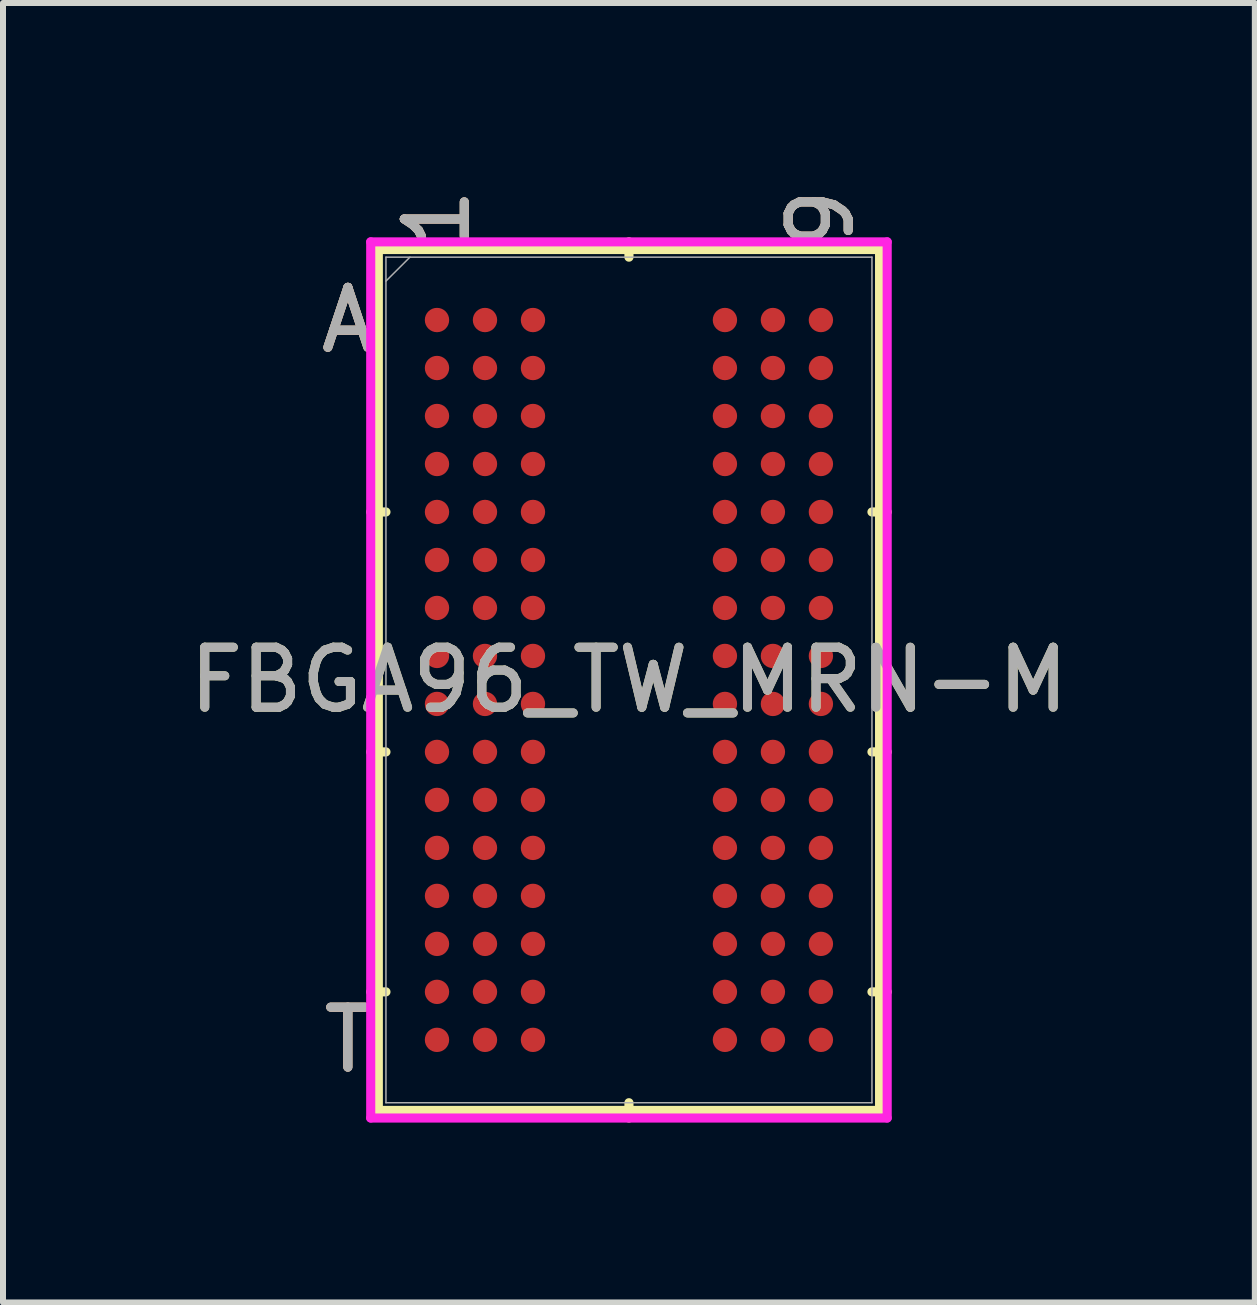
<source format=kicad_pcb>
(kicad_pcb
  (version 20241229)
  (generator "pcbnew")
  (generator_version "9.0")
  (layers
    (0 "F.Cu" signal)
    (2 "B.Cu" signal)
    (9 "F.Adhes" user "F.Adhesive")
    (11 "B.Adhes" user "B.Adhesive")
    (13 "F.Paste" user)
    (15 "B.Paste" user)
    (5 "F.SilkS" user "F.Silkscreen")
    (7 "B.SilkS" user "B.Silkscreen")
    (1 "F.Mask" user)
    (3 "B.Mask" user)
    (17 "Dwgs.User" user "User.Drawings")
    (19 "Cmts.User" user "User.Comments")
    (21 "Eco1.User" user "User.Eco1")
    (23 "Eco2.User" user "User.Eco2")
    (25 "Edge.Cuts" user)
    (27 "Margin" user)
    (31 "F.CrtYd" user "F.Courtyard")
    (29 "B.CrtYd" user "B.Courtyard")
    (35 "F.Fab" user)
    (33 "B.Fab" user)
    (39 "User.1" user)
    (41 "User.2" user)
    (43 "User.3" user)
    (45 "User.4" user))
  (footprint "FBGA96_TW_MRN-M"
    (layer "F.Cu")
    (at 7.435 8.285)
    (property "Reference" "FBGA96_TW_MRN-M" (at 0 0 0) (unlocked yes) (layer "F.SilkS") (effects (font (size 1 1) (thickness 0.15))))
    (attr smd)
    (fp_line (start -4.178 -7.176) (end -4.178 7.176) (stroke (width 0.152) (type solid)) (layer "F.SilkS"))
    (fp_line (start -4.178 7.176) (end 4.178 7.176) (stroke (width 0.152) (type solid)) (layer "F.SilkS"))
    (fp_line (start -4.051 -2.8) (end -4.305 -2.8) (stroke (width 0.152) (type solid)) (layer "F.SilkS"))
    (fp_line (start -4.051 1.2) (end -4.305 1.2) (stroke (width 0.152) (type solid)) (layer "F.SilkS"))
    (fp_line (start -4.051 5.2) (end -4.305 5.2) (stroke (width 0.152) (type solid)) (layer "F.SilkS"))
    (fp_line (start 0 -7.048) (end 0 -7.303) (stroke (width 0.152) (type solid)) (layer "F.SilkS"))
    (fp_line (start 0 7.048) (end 0 7.303) (stroke (width 0.152) (type solid)) (layer "F.SilkS"))
    (fp_line (start 4.051 -2.8) (end 4.305 -2.8) (stroke (width 0.152) (type solid)) (layer "F.SilkS"))
    (fp_line (start 4.051 1.2) (end 4.305 1.2) (stroke (width 0.152) (type solid)) (layer "F.SilkS"))
    (fp_line (start 4.051 5.2) (end 4.305 5.2) (stroke (width 0.152) (type solid)) (layer "F.SilkS"))
    (fp_line (start 4.178 -7.176) (end -4.178 -7.176) (stroke (width 0.152) (type solid)) (layer "F.SilkS"))
    (fp_line (start 4.178 7.176) (end 4.178 -7.176) (stroke (width 0.152) (type solid)) (layer "F.SilkS"))
    (fp_poly (pts (xy -4.045 -6.844) (xy 4.045 -6.844) (xy 4.045 6.844) (xy -4.045 6.844)) (stroke (width 0.1) (type solid)) (fill no) (layer "Eco2.User"))
    (fp_line (start -4.305 -7.303) (end 4.305 -7.303) (stroke (width 0.152) (type solid)) (layer "F.CrtYd"))
    (fp_line (start -4.305 7.303) (end -4.305 -7.303) (stroke (width 0.152) (type solid)) (layer "F.CrtYd"))
    (fp_line (start 4.305 -7.303) (end 4.305 7.303) (stroke (width 0.152) (type solid)) (layer "F.CrtYd"))
    (fp_line (start 4.305 7.303) (end -4.305 7.303) (stroke (width 0.152) (type solid)) (layer "F.CrtYd"))
    (fp_line (start -4.051 -7.048) (end -4.051 7.048) (stroke (width 0.025) (type solid)) (layer "F.Fab"))
    (fp_line (start -4.051 7.048) (end 4.051 7.048) (stroke (width 0.025) (type solid)) (layer "F.Fab"))
    (fp_line (start -3.651 -7.048) (end -4.051 -6.649) (stroke (width 0.025) (type solid)) (layer "F.Fab"))
    (fp_line (start 4.051 -7.048) (end -4.051 -7.048) (stroke (width 0.025) (type solid)) (layer "F.Fab"))
    (fp_line (start 4.051 7.048) (end 4.051 -7.048) (stroke (width 0.025) (type solid)) (layer "F.Fab"))
    (fp_text user "T" (at -4.686 6 0) (unlocked yes) (layer "F.SilkS") (effects (font (size 1 1) (thickness 0.15))))
    (fp_text user "1" (at -3.2 -7.684 90) (unlocked yes) (layer "F.SilkS") (effects (font (size 1 1) (thickness 0.15))))
    (fp_text user "A" (at -4.686 -6 0) (unlocked yes) (layer "F.SilkS") (effects (font (size 1 1) (thickness 0.15))))
    (fp_text user "9" (at 3.2 -7.684 90) (unlocked yes) (layer "F.SilkS") (effects (font (size 1 1) (thickness 0.15))))
    (fp_text user "9" (at 3.2 -7.684 90) (unlocked yes) (layer "B.SilkS") (effects (font (size 1 1) (thickness 0.15))))
    (fp_text user "1" (at -3.2 -7.684 90) (unlocked yes) (layer "B.SilkS") (effects (font (size 1 1) (thickness 0.15))))
    (fp_text user "T" (at -4.686 6 0) (unlocked yes) (layer "B.SilkS") (effects (font (size 1 1) (thickness 0.15))))
    (fp_text user "A" (at -4.686 -6 0) (unlocked yes) (layer "B.SilkS") (effects (font (size 1 1) (thickness 0.15))))
    (fp_text user "1" (at -3.2 -7.684 90) (unlocked yes) (layer "F.Fab") (effects (font (size 1 1) (thickness 0.15))))
    (fp_text user "9" (at 3.2 -7.684 90) (unlocked yes) (layer "F.Fab") (effects (font (size 1 1) (thickness 0.15))))
    (fp_text user "${REFERENCE}" (at 0 0 0) (unlocked yes) (layer "F.Fab") (effects (font (size 1 1) (thickness 0.15))))
    (fp_text user "T" (at -4.686 6 0) (unlocked yes) (layer "F.Fab") (effects (font (size 1 1) (thickness 0.15))))
    (fp_text user "A" (at -4.686 -6 0) (unlocked yes) (layer "F.Fab") (effects (font (size 1 1) (thickness 0.15))))
    (pad "A1" smd circle (at -3.2 -6) (size 0.406 0.406) (layers "F.Cu" "F.Mask" "F.Paste"))
    (pad "A2" smd circle (at -2.4 -6) (size 0.406 0.406) (layers "F.Cu" "F.Mask" "F.Paste"))
    (pad "A3" smd circle (at -1.6 -6) (size 0.406 0.406) (layers "F.Cu" "F.Mask" "F.Paste"))
    (pad "A7" smd circle (at 1.6 -6) (size 0.406 0.406) (layers "F.Cu" "F.Mask" "F.Paste"))
    (pad "A8" smd circle (at 2.4 -6) (size 0.406 0.406) (layers "F.Cu" "F.Mask" "F.Paste"))
    (pad "A9" smd circle (at 3.2 -6) (size 0.406 0.406) (layers "F.Cu" "F.Mask" "F.Paste"))
    (pad "B1" smd circle (at -3.2 -5.2) (size 0.406 0.406) (layers "F.Cu" "F.Mask" "F.Paste"))
    (pad "B2" smd circle (at -2.4 -5.2) (size 0.406 0.406) (layers "F.Cu" "F.Mask" "F.Paste"))
    (pad "B3" smd circle (at -1.6 -5.2) (size 0.406 0.406) (layers "F.Cu" "F.Mask" "F.Paste"))
    (pad "B7" smd circle (at 1.6 -5.2) (size 0.406 0.406) (layers "F.Cu" "F.Mask" "F.Paste"))
    (pad "B8" smd circle (at 2.4 -5.2) (size 0.406 0.406) (layers "F.Cu" "F.Mask" "F.Paste"))
    (pad "B9" smd circle (at 3.2 -5.2) (size 0.406 0.406) (layers "F.Cu" "F.Mask" "F.Paste"))
    (pad "C1" smd circle (at -3.2 -4.4) (size 0.406 0.406) (layers "F.Cu" "F.Mask" "F.Paste"))
    (pad "C2" smd circle (at -2.4 -4.4) (size 0.406 0.406) (layers "F.Cu" "F.Mask" "F.Paste"))
    (pad "C3" smd circle (at -1.6 -4.4) (size 0.406 0.406) (layers "F.Cu" "F.Mask" "F.Paste"))
    (pad "C7" smd circle (at 1.6 -4.4) (size 0.406 0.406) (layers "F.Cu" "F.Mask" "F.Paste"))
    (pad "C8" smd circle (at 2.4 -4.4) (size 0.406 0.406) (layers "F.Cu" "F.Mask" "F.Paste"))
    (pad "C9" smd circle (at 3.2 -4.4) (size 0.406 0.406) (layers "F.Cu" "F.Mask" "F.Paste"))
    (pad "D1" smd circle (at -3.2 -3.6) (size 0.406 0.406) (layers "F.Cu" "F.Mask" "F.Paste"))
    (pad "D2" smd circle (at -2.4 -3.6) (size 0.406 0.406) (layers "F.Cu" "F.Mask" "F.Paste"))
    (pad "D3" smd circle (at -1.6 -3.6) (size 0.406 0.406) (layers "F.Cu" "F.Mask" "F.Paste"))
    (pad "D7" smd circle (at 1.6 -3.6) (size 0.406 0.406) (layers "F.Cu" "F.Mask" "F.Paste"))
    (pad "D8" smd circle (at 2.4 -3.6) (size 0.406 0.406) (layers "F.Cu" "F.Mask" "F.Paste"))
    (pad "D9" smd circle (at 3.2 -3.6) (size 0.406 0.406) (layers "F.Cu" "F.Mask" "F.Paste"))
    (pad "E1" smd circle (at -3.2 -2.8) (size 0.406 0.406) (layers "F.Cu" "F.Mask" "F.Paste"))
    (pad "E2" smd circle (at -2.4 -2.8) (size 0.406 0.406) (layers "F.Cu" "F.Mask" "F.Paste"))
    (pad "E3" smd circle (at -1.6 -2.8) (size 0.406 0.406) (layers "F.Cu" "F.Mask" "F.Paste"))
    (pad "E7" smd circle (at 1.6 -2.8) (size 0.406 0.406) (layers "F.Cu" "F.Mask" "F.Paste"))
    (pad "E8" smd circle (at 2.4 -2.8) (size 0.406 0.406) (layers "F.Cu" "F.Mask" "F.Paste"))
    (pad "E9" smd circle (at 3.2 -2.8) (size 0.406 0.406) (layers "F.Cu" "F.Mask" "F.Paste"))
    (pad "F1" smd circle (at -3.2 -2) (size 0.406 0.406) (layers "F.Cu" "F.Mask" "F.Paste"))
    (pad "F2" smd circle (at -2.4 -2) (size 0.406 0.406) (layers "F.Cu" "F.Mask" "F.Paste"))
    (pad "F3" smd circle (at -1.6 -2) (size 0.406 0.406) (layers "F.Cu" "F.Mask" "F.Paste"))
    (pad "F7" smd circle (at 1.6 -2) (size 0.406 0.406) (layers "F.Cu" "F.Mask" "F.Paste"))
    (pad "F8" smd circle (at 2.4 -2) (size 0.406 0.406) (layers "F.Cu" "F.Mask" "F.Paste"))
    (pad "F9" smd circle (at 3.2 -2) (size 0.406 0.406) (layers "F.Cu" "F.Mask" "F.Paste"))
    (pad "G1" smd circle (at -3.2 -1.2) (size 0.406 0.406) (layers "F.Cu" "F.Mask" "F.Paste"))
    (pad "G2" smd circle (at -2.4 -1.2) (size 0.406 0.406) (layers "F.Cu" "F.Mask" "F.Paste"))
    (pad "G3" smd circle (at -1.6 -1.2) (size 0.406 0.406) (layers "F.Cu" "F.Mask" "F.Paste"))
    (pad "G7" smd circle (at 1.6 -1.2) (size 0.406 0.406) (layers "F.Cu" "F.Mask" "F.Paste"))
    (pad "G8" smd circle (at 2.4 -1.2) (size 0.406 0.406) (layers "F.Cu" "F.Mask" "F.Paste"))
    (pad "G9" smd circle (at 3.2 -1.2) (size 0.406 0.406) (layers "F.Cu" "F.Mask" "F.Paste"))
    (pad "H1" smd circle (at -3.2 -0.4) (size 0.406 0.406) (layers "F.Cu" "F.Mask" "F.Paste"))
    (pad "H2" smd circle (at -2.4 -0.4) (size 0.406 0.406) (layers "F.Cu" "F.Mask" "F.Paste"))
    (pad "H3" smd circle (at -1.6 -0.4) (size 0.406 0.406) (layers "F.Cu" "F.Mask" "F.Paste"))
    (pad "H7" smd circle (at 1.6 -0.4) (size 0.406 0.406) (layers "F.Cu" "F.Mask" "F.Paste"))
    (pad "H8" smd circle (at 2.4 -0.4) (size 0.406 0.406) (layers "F.Cu" "F.Mask" "F.Paste"))
    (pad "H9" smd circle (at 3.2 -0.4) (size 0.406 0.406) (layers "F.Cu" "F.Mask" "F.Paste"))
    (pad "J1" smd circle (at -3.2 0.4) (size 0.406 0.406) (layers "F.Cu" "F.Mask" "F.Paste"))
    (pad "J2" smd circle (at -2.4 0.4) (size 0.406 0.406) (layers "F.Cu" "F.Mask" "F.Paste"))
    (pad "J3" smd circle (at -1.6 0.4) (size 0.406 0.406) (layers "F.Cu" "F.Mask" "F.Paste"))
    (pad "J7" smd circle (at 1.6 0.4) (size 0.406 0.406) (layers "F.Cu" "F.Mask" "F.Paste"))
    (pad "J8" smd circle (at 2.4 0.4) (size 0.406 0.406) (layers "F.Cu" "F.Mask" "F.Paste"))
    (pad "J9" smd circle (at 3.2 0.4) (size 0.406 0.406) (layers "F.Cu" "F.Mask" "F.Paste"))
    (pad "K1" smd circle (at -3.2 1.2) (size 0.406 0.406) (layers "F.Cu" "F.Mask" "F.Paste"))
    (pad "K2" smd circle (at -2.4 1.2) (size 0.406 0.406) (layers "F.Cu" "F.Mask" "F.Paste"))
    (pad "K3" smd circle (at -1.6 1.2) (size 0.406 0.406) (layers "F.Cu" "F.Mask" "F.Paste"))
    (pad "K7" smd circle (at 1.6 1.2) (size 0.406 0.406) (layers "F.Cu" "F.Mask" "F.Paste"))
    (pad "K8" smd circle (at 2.4 1.2) (size 0.406 0.406) (layers "F.Cu" "F.Mask" "F.Paste"))
    (pad "K9" smd circle (at 3.2 1.2) (size 0.406 0.406) (layers "F.Cu" "F.Mask" "F.Paste"))
    (pad "L1" smd circle (at -3.2 2) (size 0.406 0.406) (layers "F.Cu" "F.Mask" "F.Paste"))
    (pad "L2" smd circle (at -2.4 2) (size 0.406 0.406) (layers "F.Cu" "F.Mask" "F.Paste"))
    (pad "L3" smd circle (at -1.6 2) (size 0.406 0.406) (layers "F.Cu" "F.Mask" "F.Paste"))
    (pad "L7" smd circle (at 1.6 2) (size 0.406 0.406) (layers "F.Cu" "F.Mask" "F.Paste"))
    (pad "L8" smd circle (at 2.4 2) (size 0.406 0.406) (layers "F.Cu" "F.Mask" "F.Paste"))
    (pad "L9" smd circle (at 3.2 2) (size 0.406 0.406) (layers "F.Cu" "F.Mask" "F.Paste"))
    (pad "M1" smd circle (at -3.2 2.8) (size 0.406 0.406) (layers "F.Cu" "F.Mask" "F.Paste"))
    (pad "M2" smd circle (at -2.4 2.8) (size 0.406 0.406) (layers "F.Cu" "F.Mask" "F.Paste"))
    (pad "M3" smd circle (at -1.6 2.8) (size 0.406 0.406) (layers "F.Cu" "F.Mask" "F.Paste"))
    (pad "M7" smd circle (at 1.6 2.8) (size 0.406 0.406) (layers "F.Cu" "F.Mask" "F.Paste"))
    (pad "M8" smd circle (at 2.4 2.8) (size 0.406 0.406) (layers "F.Cu" "F.Mask" "F.Paste"))
    (pad "M9" smd circle (at 3.2 2.8) (size 0.406 0.406) (layers "F.Cu" "F.Mask" "F.Paste"))
    (pad "N1" smd circle (at -3.2 3.6) (size 0.406 0.406) (layers "F.Cu" "F.Mask" "F.Paste"))
    (pad "N2" smd circle (at -2.4 3.6) (size 0.406 0.406) (layers "F.Cu" "F.Mask" "F.Paste"))
    (pad "N3" smd circle (at -1.6 3.6) (size 0.406 0.406) (layers "F.Cu" "F.Mask" "F.Paste"))
    (pad "N7" smd circle (at 1.6 3.6) (size 0.406 0.406) (layers "F.Cu" "F.Mask" "F.Paste"))
    (pad "N8" smd circle (at 2.4 3.6) (size 0.406 0.406) (layers "F.Cu" "F.Mask" "F.Paste"))
    (pad "N9" smd circle (at 3.2 3.6) (size 0.406 0.406) (layers "F.Cu" "F.Mask" "F.Paste"))
    (pad "P1" smd circle (at -3.2 4.4) (size 0.406 0.406) (layers "F.Cu" "F.Mask" "F.Paste"))
    (pad "P2" smd circle (at -2.4 4.4) (size 0.406 0.406) (layers "F.Cu" "F.Mask" "F.Paste"))
    (pad "P3" smd circle (at -1.6 4.4) (size 0.406 0.406) (layers "F.Cu" "F.Mask" "F.Paste"))
    (pad "P7" smd circle (at 1.6 4.4) (size 0.406 0.406) (layers "F.Cu" "F.Mask" "F.Paste"))
    (pad "P8" smd circle (at 2.4 4.4) (size 0.406 0.406) (layers "F.Cu" "F.Mask" "F.Paste"))
    (pad "P9" smd circle (at 3.2 4.4) (size 0.406 0.406) (layers "F.Cu" "F.Mask" "F.Paste"))
    (pad "R1" smd circle (at -3.2 5.2) (size 0.406 0.406) (layers "F.Cu" "F.Mask" "F.Paste"))
    (pad "R2" smd circle (at -2.4 5.2) (size 0.406 0.406) (layers "F.Cu" "F.Mask" "F.Paste"))
    (pad "R3" smd circle (at -1.6 5.2) (size 0.406 0.406) (layers "F.Cu" "F.Mask" "F.Paste"))
    (pad "R7" smd circle (at 1.6 5.2) (size 0.406 0.406) (layers "F.Cu" "F.Mask" "F.Paste"))
    (pad "R8" smd circle (at 2.4 5.2) (size 0.406 0.406) (layers "F.Cu" "F.Mask" "F.Paste"))
    (pad "R9" smd circle (at 3.2 5.2) (size 0.406 0.406) (layers "F.Cu" "F.Mask" "F.Paste"))
    (pad "T1" smd circle (at -3.2 6) (size 0.406 0.406) (layers "F.Cu" "F.Mask" "F.Paste"))
    (pad "T2" smd circle (at -2.4 6) (size 0.406 0.406) (layers "F.Cu" "F.Mask" "F.Paste"))
    (pad "T3" smd circle (at -1.6 6) (size 0.406 0.406) (layers "F.Cu" "F.Mask" "F.Paste"))
    (pad "T7" smd circle (at 1.6 6) (size 0.406 0.406) (layers "F.Cu" "F.Mask" "F.Paste"))
    (pad "T8" smd circle (at 2.4 6) (size 0.406 0.406) (layers "F.Cu" "F.Mask" "F.Paste"))
    (pad "T9" smd circle (at 3.2 6) (size 0.406 0.406) (layers "F.Cu" "F.Mask" "F.Paste")))
  (gr_rect
    (start -3 -3)
    (end 17.869 18.663)
    (stroke (width 0.1) (type default))
    (fill no)
    (layer "Edge.Cuts")))
</source>
